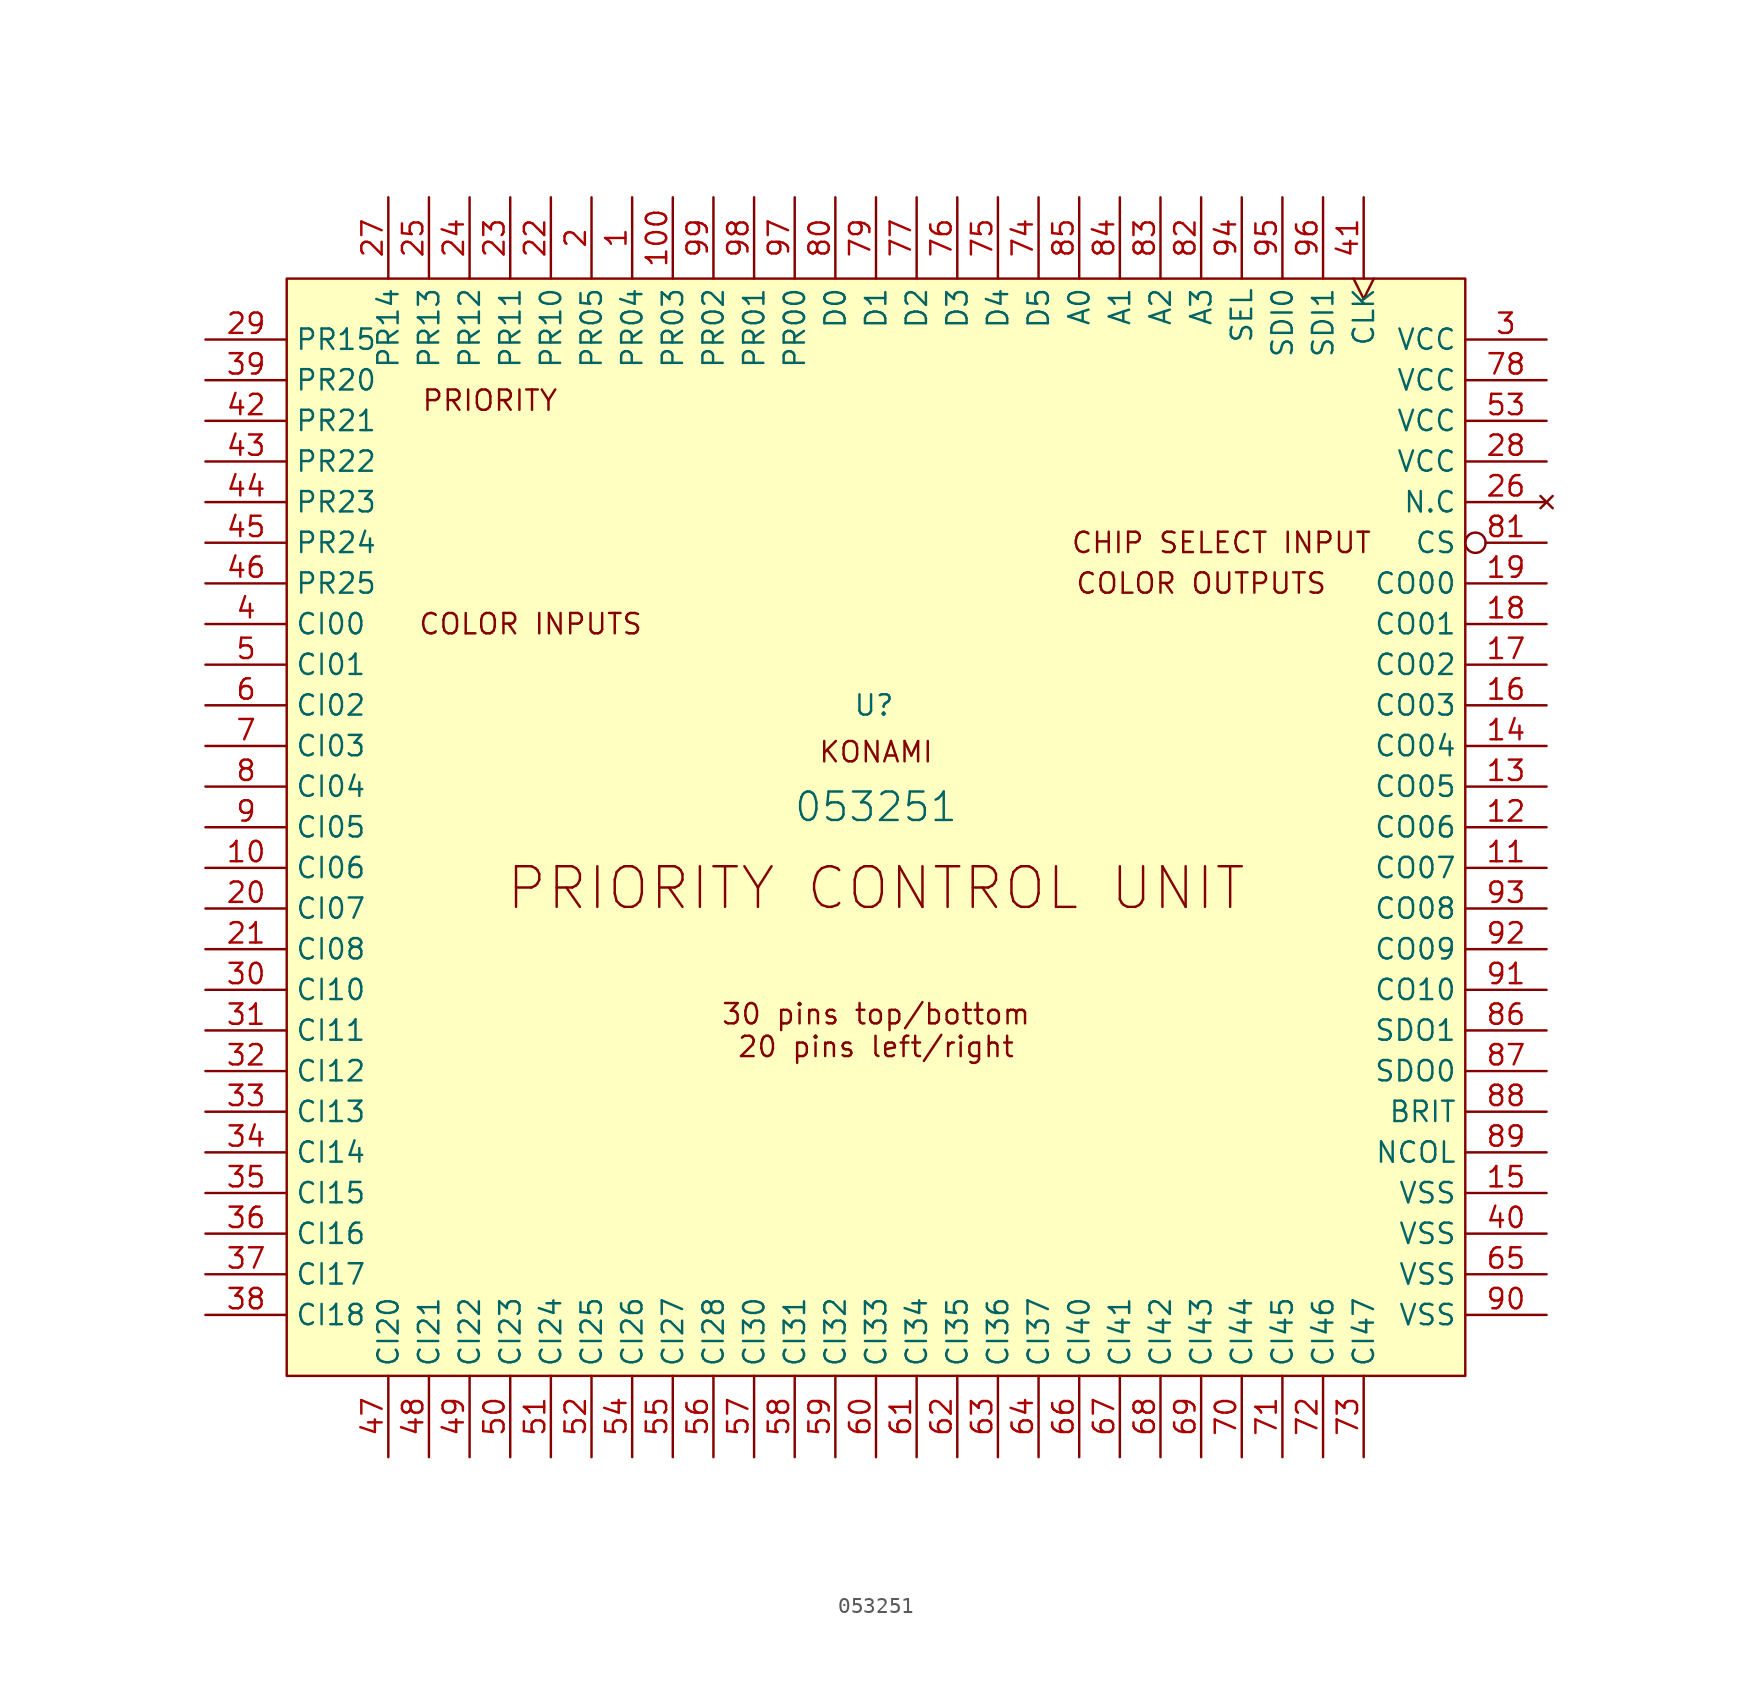
<source format=kicad_sym>
(kicad_symbol_lib
  (version 20231120)
  (generator "kicad_symbol_editor")
  (generator_version "8.0")
  (symbol "053251"
    (property "Reference" "U"
      (at -0.127 7.62 0)
      (effects (font (size 1.27 1.27))))
    (property "Value" "053251"
      (at 0 1.27 0)
      (effects (font (size 1.778 1.778))))
    (symbol "053251_0_0"
      (rectangle (start -36.83 34.29) (end 36.83 -34.29) (stroke (width 0.152) (type default)) (fill (type background)))
      (text "CHIP SELECT INPUT" (at 21.59 17.78 0) (effects (font (size 1.27 1.27))))
      (text "COLOR INPUTS" (at -21.59 12.7 0) (effects (font (size 1.27 1.27))))
      (text "KONAMI" (at 0 4.699 0) (effects (font (size 1.27 1.27))))
      (text "PRIORITY" (at -24.13 26.67 0) (effects (font (size 1.27 1.27)))))
    (symbol "053251_1_0"
      (text "COLOR OUTPUTS" (at 20.32 15.24 0) (effects (font (size 1.27 1.27))))
      (text "PRIORITY CONTROL UNIT" (at 0 -3.81 0) (effects (font (size 2.54 2.54)))))
    (symbol "053251_1_1"
      (text "30 pins top/bottom\n20 pins left/right" (at 0 -12.7 0) (effects (font (size 1.27 1.27))))
      (pin input line (at -15.24 39.37 270) (length 5.08) (name "PR04" (effects (font (size 1.27 1.27)))) (number "1" (effects (font (size 1.27 1.27)))))
      (pin input line (at -41.91 -2.54 0) (length 5.08) (name "CI06" (effects (font (size 1.27 1.27)))) (number "10" (effects (font (size 1.27 1.27)))))
      (pin input line (at -12.7 39.37 270) (length 5.08) (name "PR03" (effects (font (size 1.27 1.27)))) (number "100" (effects (font (size 1.27 1.27)))))
      (pin output line (at 41.91 -2.54 180) (length 5.08) (name "CO07" (effects (font (size 1.27 1.27)))) (number "11" (effects (font (size 1.27 1.27)))))
      (pin output line (at 41.91 0 180) (length 5.08) (name "CO06" (effects (font (size 1.27 1.27)))) (number "12" (effects (font (size 1.27 1.27)))))
      (pin output line (at 41.91 2.54 180) (length 5.08) (name "CO05" (effects (font (size 1.27 1.27)))) (number "13" (effects (font (size 1.27 1.27)))))
      (pin output line (at 41.91 5.08 180) (length 5.08) (name "CO04" (effects (font (size 1.27 1.27)))) (number "14" (effects (font (size 1.27 1.27)))))
      (pin power_in line (at 41.91 -22.86 180) (length 5.08) (name "VSS" (effects (font (size 1.27 1.27)))) (number "15" (effects (font (size 1.27 1.27)))))
      (pin output line (at 41.91 7.62 180) (length 5.08) (name "CO03" (effects (font (size 1.27 1.27)))) (number "16" (effects (font (size 1.27 1.27)))))
      (pin output line (at 41.91 10.16 180) (length 5.08) (name "CO02" (effects (font (size 1.27 1.27)))) (number "17" (effects (font (size 1.27 1.27)))))
      (pin output line (at 41.91 12.7 180) (length 5.08) (name "CO01" (effects (font (size 1.27 1.27)))) (number "18" (effects (font (size 1.27 1.27)))))
      (pin output line (at 41.91 15.24 180) (length 5.08) (name "CO00" (effects (font (size 1.27 1.27)))) (number "19" (effects (font (size 1.27 1.27)))))
      (pin input line (at -17.78 39.37 270) (length 5.08) (name "PR05" (effects (font (size 1.27 1.27)))) (number "2" (effects (font (size 1.27 1.27)))))
      (pin input line (at -41.91 -5.08 0) (length 5.08) (name "CI07" (effects (font (size 1.27 1.27)))) (number "20" (effects (font (size 1.27 1.27)))))
      (pin input line (at -41.91 -7.62 0) (length 5.08) (name "CI08" (effects (font (size 1.27 1.27)))) (number "21" (effects (font (size 1.27 1.27)))))
      (pin input line (at -20.32 39.37 270) (length 5.08) (name "PR10" (effects (font (size 1.27 1.27)))) (number "22" (effects (font (size 1.27 1.27)))))
      (pin input line (at -22.86 39.37 270) (length 5.08) (name "PR11" (effects (font (size 1.27 1.27)))) (number "23" (effects (font (size 1.27 1.27)))))
      (pin input line (at -25.4 39.37 270) (length 5.08) (name "PR12" (effects (font (size 1.27 1.27)))) (number "24" (effects (font (size 1.27 1.27)))))
      (pin input line (at -27.94 39.37 270) (length 5.08) (name "PR13" (effects (font (size 1.27 1.27)))) (number "25" (effects (font (size 1.27 1.27)))))
      (pin no_connect line (at 41.91 20.32 180) (length 5.08) (name "N.C" (effects (font (size 1.27 1.27)))) (number "26" (effects (font (size 1.27 1.27)))))
      (pin input line (at -30.48 39.37 270) (length 5.08) (name "PR14" (effects (font (size 1.27 1.27)))) (number "27" (effects (font (size 1.27 1.27)))))
      (pin power_in line (at 41.91 22.86 180) (length 5.08) (name "VCC" (effects (font (size 1.27 1.27)))) (number "28" (effects (font (size 1.27 1.27)))))
      (pin input line (at -41.91 30.48 0) (length 5.08) (name "PR15" (effects (font (size 1.27 1.27)))) (number "29" (effects (font (size 1.27 1.27)))))
      (pin power_in line (at 41.91 30.48 180) (length 5.08) (name "VCC" (effects (font (size 1.27 1.27)))) (number "3" (effects (font (size 1.27 1.27)))))
      (pin input line (at -41.91 -10.16 0) (length 5.08) (name "CI10" (effects (font (size 1.27 1.27)))) (number "30" (effects (font (size 1.27 1.27)))))
      (pin input line (at -41.91 -12.7 0) (length 5.08) (name "CI11" (effects (font (size 1.27 1.27)))) (number "31" (effects (font (size 1.27 1.27)))))
      (pin input line (at -41.91 -15.24 0) (length 5.08) (name "CI12" (effects (font (size 1.27 1.27)))) (number "32" (effects (font (size 1.27 1.27)))))
      (pin input line (at -41.91 -17.78 0) (length 5.08) (name "CI13" (effects (font (size 1.27 1.27)))) (number "33" (effects (font (size 1.27 1.27)))))
      (pin input line (at -41.91 -20.32 0) (length 5.08) (name "CI14" (effects (font (size 1.27 1.27)))) (number "34" (effects (font (size 1.27 1.27)))))
      (pin input line (at -41.91 -22.86 0) (length 5.08) (name "CI15" (effects (font (size 1.27 1.27)))) (number "35" (effects (font (size 1.27 1.27)))))
      (pin input line (at -41.91 -25.4 0) (length 5.08) (name "CI16" (effects (font (size 1.27 1.27)))) (number "36" (effects (font (size 1.27 1.27)))))
      (pin input line (at -41.91 -27.94 0) (length 5.08) (name "CI17" (effects (font (size 1.27 1.27)))) (number "37" (effects (font (size 1.27 1.27)))))
      (pin input line (at -41.91 -30.48 0) (length 5.08) (name "CI18" (effects (font (size 1.27 1.27)))) (number "38" (effects (font (size 1.27 1.27)))))
      (pin input line (at -41.91 27.94 0) (length 5.08) (name "PR20" (effects (font (size 1.27 1.27)))) (number "39" (effects (font (size 1.27 1.27)))))
      (pin input line (at -41.91 12.7 0) (length 5.08) (name "CI00" (effects (font (size 1.27 1.27)))) (number "4" (effects (font (size 1.27 1.27)))))
      (pin power_in line (at 41.91 -25.4 180) (length 5.08) (name "VSS" (effects (font (size 1.27 1.27)))) (number "40" (effects (font (size 1.27 1.27)))))
      (pin input clock (at 30.48 39.37 270) (length 5.08) (name "CLK" (effects (font (size 1.27 1.27)))) (number "41" (effects (font (size 1.27 1.27)))))
      (pin input line (at -41.91 25.4 0) (length 5.08) (name "PR21" (effects (font (size 1.27 1.27)))) (number "42" (effects (font (size 1.27 1.27)))))
      (pin input line (at -41.91 22.86 0) (length 5.08) (name "PR22" (effects (font (size 1.27 1.27)))) (number "43" (effects (font (size 1.27 1.27)))))
      (pin input line (at -41.91 20.32 0) (length 5.08) (name "PR23" (effects (font (size 1.27 1.27)))) (number "44" (effects (font (size 1.27 1.27)))))
      (pin input line (at -41.91 17.78 0) (length 5.08) (name "PR24" (effects (font (size 1.27 1.27)))) (number "45" (effects (font (size 1.27 1.27)))))
      (pin input line (at -41.91 15.24 0) (length 5.08) (name "PR25" (effects (font (size 1.27 1.27)))) (number "46" (effects (font (size 1.27 1.27)))))
      (pin input line (at -30.48 -39.37 90) (length 5.08) (name "CI20" (effects (font (size 1.27 1.27)))) (number "47" (effects (font (size 1.27 1.27)))))
      (pin input line (at -27.94 -39.37 90) (length 5.08) (name "CI21" (effects (font (size 1.27 1.27)))) (number "48" (effects (font (size 1.27 1.27)))))
      (pin input line (at -25.4 -39.37 90) (length 5.08) (name "CI22" (effects (font (size 1.27 1.27)))) (number "49" (effects (font (size 1.27 1.27)))))
      (pin input line (at -41.91 10.16 0) (length 5.08) (name "CI01" (effects (font (size 1.27 1.27)))) (number "5" (effects (font (size 1.27 1.27)))))
      (pin input line (at -22.86 -39.37 90) (length 5.08) (name "CI23" (effects (font (size 1.27 1.27)))) (number "50" (effects (font (size 1.27 1.27)))))
      (pin input line (at -20.32 -39.37 90) (length 5.08) (name "CI24" (effects (font (size 1.27 1.27)))) (number "51" (effects (font (size 1.27 1.27)))))
      (pin input line (at -17.78 -39.37 90) (length 5.08) (name "CI25" (effects (font (size 1.27 1.27)))) (number "52" (effects (font (size 1.27 1.27)))))
      (pin power_in line (at 41.91 25.4 180) (length 5.08) (name "VCC" (effects (font (size 1.27 1.27)))) (number "53" (effects (font (size 1.27 1.27)))))
      (pin input line (at -15.24 -39.37 90) (length 5.08) (name "CI26" (effects (font (size 1.27 1.27)))) (number "54" (effects (font (size 1.27 1.27)))))
      (pin input line (at -12.7 -39.37 90) (length 5.08) (name "CI27" (effects (font (size 1.27 1.27)))) (number "55" (effects (font (size 1.27 1.27)))))
      (pin input line (at -10.16 -39.37 90) (length 5.08) (name "CI28" (effects (font (size 1.27 1.27)))) (number "56" (effects (font (size 1.27 1.27)))))
      (pin input line (at -7.62 -39.37 90) (length 5.08) (name "CI30" (effects (font (size 1.27 1.27)))) (number "57" (effects (font (size 1.27 1.27)))))
      (pin input line (at -5.08 -39.37 90) (length 5.08) (name "CI31" (effects (font (size 1.27 1.27)))) (number "58" (effects (font (size 1.27 1.27)))))
      (pin input line (at -2.54 -39.37 90) (length 5.08) (name "CI32" (effects (font (size 1.27 1.27)))) (number "59" (effects (font (size 1.27 1.27)))))
      (pin input line (at -41.91 7.62 0) (length 5.08) (name "CI02" (effects (font (size 1.27 1.27)))) (number "6" (effects (font (size 1.27 1.27)))))
      (pin input line (at 0 -39.37 90) (length 5.08) (name "CI33" (effects (font (size 1.27 1.27)))) (number "60" (effects (font (size 1.27 1.27)))))
      (pin input line (at 2.54 -39.37 90) (length 5.08) (name "CI34" (effects (font (size 1.27 1.27)))) (number "61" (effects (font (size 1.27 1.27)))))
      (pin input line (at 5.08 -39.37 90) (length 5.08) (name "CI35" (effects (font (size 1.27 1.27)))) (number "62" (effects (font (size 1.27 1.27)))))
      (pin input line (at 7.62 -39.37 90) (length 5.08) (name "CI36" (effects (font (size 1.27 1.27)))) (number "63" (effects (font (size 1.27 1.27)))))
      (pin input line (at 10.16 -39.37 90) (length 5.08) (name "CI37" (effects (font (size 1.27 1.27)))) (number "64" (effects (font (size 1.27 1.27)))))
      (pin power_in line (at 41.91 -27.94 180) (length 5.08) (name "VSS" (effects (font (size 1.27 1.27)))) (number "65" (effects (font (size 1.27 1.27)))))
      (pin input line (at 12.7 -39.37 90) (length 5.08) (name "CI40" (effects (font (size 1.27 1.27)))) (number "66" (effects (font (size 1.27 1.27)))))
      (pin input line (at 15.24 -39.37 90) (length 5.08) (name "CI41" (effects (font (size 1.27 1.27)))) (number "67" (effects (font (size 1.27 1.27)))))
      (pin input line (at 17.78 -39.37 90) (length 5.08) (name "CI42" (effects (font (size 1.27 1.27)))) (number "68" (effects (font (size 1.27 1.27)))))
      (pin input line (at 20.32 -39.37 90) (length 5.08) (name "CI43" (effects (font (size 1.27 1.27)))) (number "69" (effects (font (size 1.27 1.27)))))
      (pin input line (at -41.91 5.08 0) (length 5.08) (name "CI03" (effects (font (size 1.27 1.27)))) (number "7" (effects (font (size 1.27 1.27)))))
      (pin input line (at 22.86 -39.37 90) (length 5.08) (name "CI44" (effects (font (size 1.27 1.27)))) (number "70" (effects (font (size 1.27 1.27)))))
      (pin input line (at 25.4 -39.37 90) (length 5.08) (name "CI45" (effects (font (size 1.27 1.27)))) (number "71" (effects (font (size 1.27 1.27)))))
      (pin input line (at 27.94 -39.37 90) (length 5.08) (name "CI46" (effects (font (size 1.27 1.27)))) (number "72" (effects (font (size 1.27 1.27)))))
      (pin input line (at 30.48 -39.37 90) (length 5.08) (name "CI47" (effects (font (size 1.27 1.27)))) (number "73" (effects (font (size 1.27 1.27)))))
      (pin input line (at 10.16 39.37 270) (length 5.08) (name "D5" (effects (font (size 1.27 1.27)))) (number "74" (effects (font (size 1.27 1.27)))))
      (pin input line (at 7.62 39.37 270) (length 5.08) (name "D4" (effects (font (size 1.27 1.27)))) (number "75" (effects (font (size 1.27 1.27)))))
      (pin input line (at 5.08 39.37 270) (length 5.08) (name "D3" (effects (font (size 1.27 1.27)))) (number "76" (effects (font (size 1.27 1.27)))))
      (pin input line (at 2.54 39.37 270) (length 5.08) (name "D2" (effects (font (size 1.27 1.27)))) (number "77" (effects (font (size 1.27 1.27)))))
      (pin power_in line (at 41.91 27.94 180) (length 5.08) (name "VCC" (effects (font (size 1.27 1.27)))) (number "78" (effects (font (size 1.27 1.27)))))
      (pin input line (at 0 39.37 270) (length 5.08) (name "D1" (effects (font (size 1.27 1.27)))) (number "79" (effects (font (size 1.27 1.27)))))
      (pin input line (at -41.91 2.54 0) (length 5.08) (name "CI04" (effects (font (size 1.27 1.27)))) (number "8" (effects (font (size 1.27 1.27)))))
      (pin input line (at -2.54 39.37 270) (length 5.08) (name "D0" (effects (font (size 1.27 1.27)))) (number "80" (effects (font (size 1.27 1.27)))))
      (pin input inverted (at 41.91 17.78 180) (length 5.08) (name "CS" (effects (font (size 1.27 1.27)))) (number "81" (effects (font (size 1.27 1.27)))))
      (pin input line (at 20.32 39.37 270) (length 5.08) (name "A3" (effects (font (size 1.27 1.27)))) (number "82" (effects (font (size 1.27 1.27)))))
      (pin input line (at 17.78 39.37 270) (length 5.08) (name "A2" (effects (font (size 1.27 1.27)))) (number "83" (effects (font (size 1.27 1.27)))))
      (pin input line (at 15.24 39.37 270) (length 5.08) (name "A1" (effects (font (size 1.27 1.27)))) (number "84" (effects (font (size 1.27 1.27)))))
      (pin input line (at 12.7 39.37 270) (length 5.08) (name "A0" (effects (font (size 1.27 1.27)))) (number "85" (effects (font (size 1.27 1.27)))))
      (pin output line (at 41.91 -12.7 180) (length 5.08) (name "SDO1" (effects (font (size 1.27 1.27)))) (number "86" (effects (font (size 1.27 1.27)))))
      (pin output line (at 41.91 -15.24 180) (length 5.08) (name "SDO0" (effects (font (size 1.27 1.27)))) (number "87" (effects (font (size 1.27 1.27)))))
      (pin output line (at 41.91 -17.78 180) (length 5.08) (name "BRIT" (effects (font (size 1.27 1.27)))) (number "88" (effects (font (size 1.27 1.27)))))
      (pin output line (at 41.91 -20.32 180) (length 5.08) (name "NCOL" (effects (font (size 1.27 1.27)))) (number "89" (effects (font (size 1.27 1.27)))))
      (pin input line (at -41.91 0 0) (length 5.08) (name "CI05" (effects (font (size 1.27 1.27)))) (number "9" (effects (font (size 1.27 1.27)))))
      (pin power_in line (at 41.91 -30.48 180) (length 5.08) (name "VSS" (effects (font (size 1.27 1.27)))) (number "90" (effects (font (size 1.27 1.27)))))
      (pin output line (at 41.91 -10.16 180) (length 5.08) (name "CO10" (effects (font (size 1.27 1.27)))) (number "91" (effects (font (size 1.27 1.27)))))
      (pin output line (at 41.91 -7.62 180) (length 5.08) (name "CO09" (effects (font (size 1.27 1.27)))) (number "92" (effects (font (size 1.27 1.27)))))
      (pin output line (at 41.91 -5.08 180) (length 5.08) (name "CO08" (effects (font (size 1.27 1.27)))) (number "93" (effects (font (size 1.27 1.27)))))
      (pin input line (at 22.86 39.37 270) (length 5.08) (name "SEL" (effects (font (size 1.27 1.27)))) (number "94" (effects (font (size 1.27 1.27)))))
      (pin input line (at 25.4 39.37 270) (length 5.08) (name "SDI0" (effects (font (size 1.27 1.27)))) (number "95" (effects (font (size 1.27 1.27)))))
      (pin input line (at 27.94 39.37 270) (length 5.08) (name "SDI1" (effects (font (size 1.27 1.27)))) (number "96" (effects (font (size 1.27 1.27)))))
      (pin input line (at -5.08 39.37 270) (length 5.08) (name "PR00" (effects (font (size 1.27 1.27)))) (number "97" (effects (font (size 1.27 1.27)))))
      (pin input line (at -7.62 39.37 270) (length 5.08) (name "PR01" (effects (font (size 1.27 1.27)))) (number "98" (effects (font (size 1.27 1.27)))))
      (pin input line (at -10.16 39.37 270) (length 5.08) (name "PR02" (effects (font (size 1.27 1.27)))) (number "99" (effects (font (size 1.27 1.27))))))))
</source>
